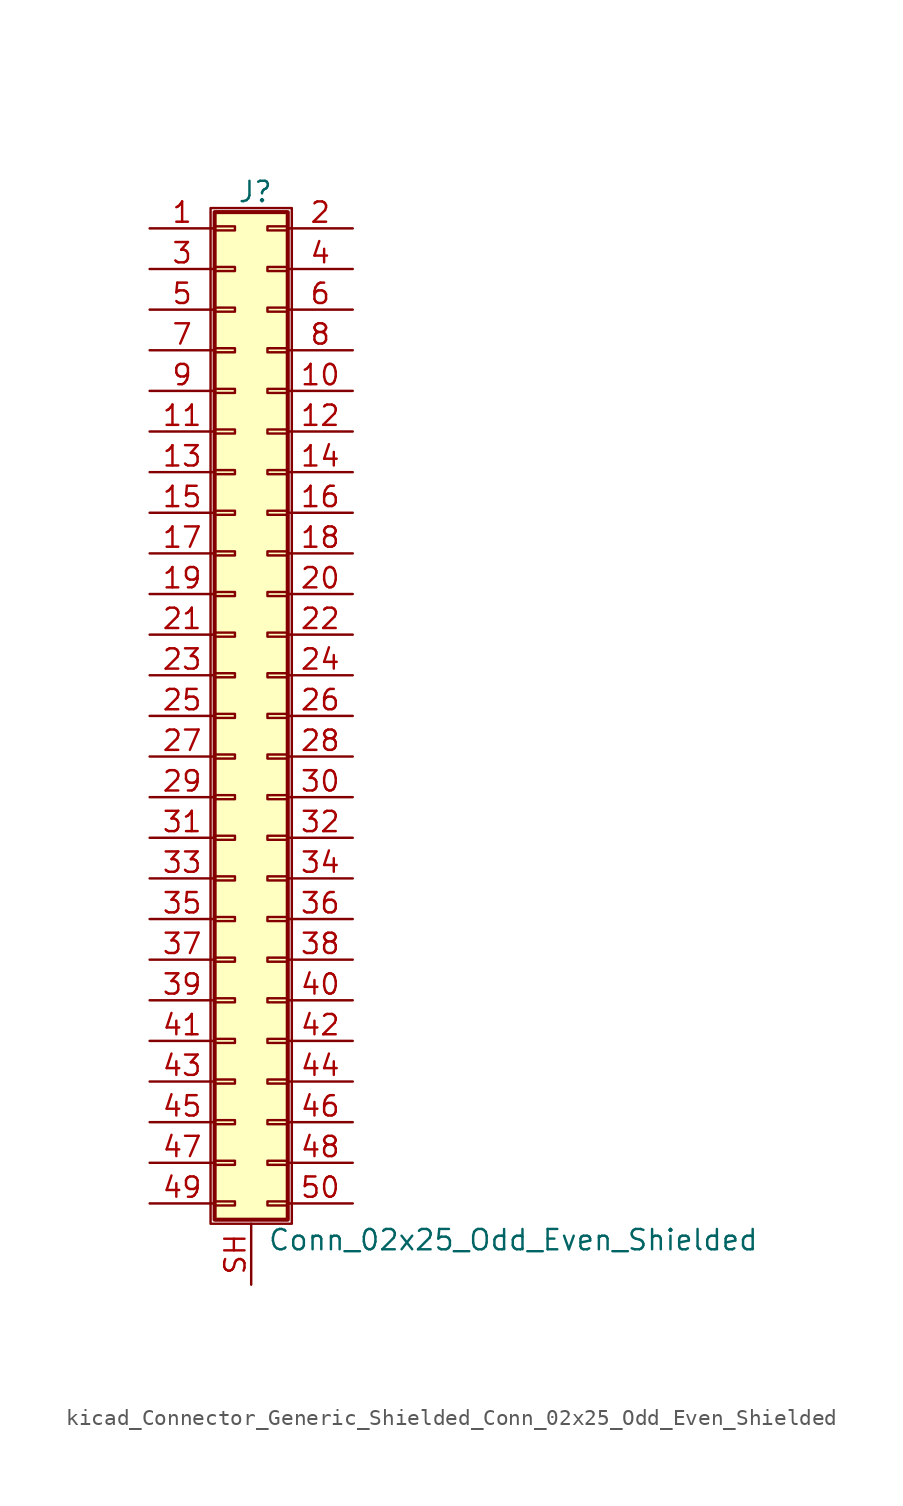
<source format=kicad_sym>
(kicad_symbol_lib
  (version 20220914)
  (generator kicad_symbol_editor)
  (symbol "kicad_Connector_Generic_Shielded_Conn_02x25_Odd_Even_Shielded"
    (pin_names
      (offset 1.016) hide)
    (property "Reference" "J"
      (at 1.524 32.766 0)
      (effects (font (size 1.27 1.27))))
    (property "Value" "Conn_02x25_Odd_Even_Shielded"
      (at 2.286 -32.766 0)
      (effects (font (size 1.27 1.27)) (justify left)))
    (symbol "kicad_Connector_Generic_Shielded_Conn_02x25_Odd_Even_Shielded_1_1"
      (rectangle (start -1.27 31.75) (end 3.81 -31.75) (stroke (width 0.152) (type default)) (fill (type none)))
      (rectangle (start -1.016 -30.353) (end 0.254 -30.607) (stroke (width 0.152) (type default)) (fill (type none)))
      (rectangle (start -1.016 -27.813) (end 0.254 -28.067) (stroke (width 0.152) (type default)) (fill (type none)))
      (rectangle (start -1.016 -25.273) (end 0.254 -25.527) (stroke (width 0.152) (type default)) (fill (type none)))
      (rectangle (start -1.016 -22.733) (end 0.254 -22.987) (stroke (width 0.152) (type default)) (fill (type none)))
      (rectangle (start -1.016 -20.193) (end 0.254 -20.447) (stroke (width 0.152) (type default)) (fill (type none)))
      (rectangle (start -1.016 -17.653) (end 0.254 -17.907) (stroke (width 0.152) (type default)) (fill (type none)))
      (rectangle (start -1.016 -15.113) (end 0.254 -15.367) (stroke (width 0.152) (type default)) (fill (type none)))
      (rectangle (start -1.016 -12.573) (end 0.254 -12.827) (stroke (width 0.152) (type default)) (fill (type none)))
      (rectangle (start -1.016 -10.033) (end 0.254 -10.287) (stroke (width 0.152) (type default)) (fill (type none)))
      (rectangle (start -1.016 -7.493) (end 0.254 -7.747) (stroke (width 0.152) (type default)) (fill (type none)))
      (rectangle (start -1.016 -4.953) (end 0.254 -5.207) (stroke (width 0.152) (type default)) (fill (type none)))
      (rectangle (start -1.016 -2.413) (end 0.254 -2.667) (stroke (width 0.152) (type default)) (fill (type none)))
      (rectangle (start -1.016 0.127) (end 0.254 -0.127) (stroke (width 0.152) (type default)) (fill (type none)))
      (rectangle (start -1.016 2.667) (end 0.254 2.413) (stroke (width 0.152) (type default)) (fill (type none)))
      (rectangle (start -1.016 5.207) (end 0.254 4.953) (stroke (width 0.152) (type default)) (fill (type none)))
      (rectangle (start -1.016 7.747) (end 0.254 7.493) (stroke (width 0.152) (type default)) (fill (type none)))
      (rectangle (start -1.016 10.287) (end 0.254 10.033) (stroke (width 0.152) (type default)) (fill (type none)))
      (rectangle (start -1.016 12.827) (end 0.254 12.573) (stroke (width 0.152) (type default)) (fill (type none)))
      (rectangle (start -1.016 15.367) (end 0.254 15.113) (stroke (width 0.152) (type default)) (fill (type none)))
      (rectangle (start -1.016 17.907) (end 0.254 17.653) (stroke (width 0.152) (type default)) (fill (type none)))
      (rectangle (start -1.016 20.447) (end 0.254 20.193) (stroke (width 0.152) (type default)) (fill (type none)))
      (rectangle (start -1.016 22.987) (end 0.254 22.733) (stroke (width 0.152) (type default)) (fill (type none)))
      (rectangle (start -1.016 25.527) (end 0.254 25.273) (stroke (width 0.152) (type default)) (fill (type none)))
      (rectangle (start -1.016 28.067) (end 0.254 27.813) (stroke (width 0.152) (type default)) (fill (type none)))
      (rectangle (start -1.016 30.607) (end 0.254 30.353) (stroke (width 0.152) (type default)) (fill (type none)))
      (rectangle (start -1.016 31.496) (end 3.556 -31.496) (stroke (width 0.254) (type default)) (fill (type background)))
      (rectangle (start 3.556 -30.353) (end 2.286 -30.607) (stroke (width 0.152) (type default)) (fill (type none)))
      (rectangle (start 3.556 -27.813) (end 2.286 -28.067) (stroke (width 0.152) (type default)) (fill (type none)))
      (rectangle (start 3.556 -25.273) (end 2.286 -25.527) (stroke (width 0.152) (type default)) (fill (type none)))
      (rectangle (start 3.556 -22.733) (end 2.286 -22.987) (stroke (width 0.152) (type default)) (fill (type none)))
      (rectangle (start 3.556 -20.193) (end 2.286 -20.447) (stroke (width 0.152) (type default)) (fill (type none)))
      (rectangle (start 3.556 -17.653) (end 2.286 -17.907) (stroke (width 0.152) (type default)) (fill (type none)))
      (rectangle (start 3.556 -15.113) (end 2.286 -15.367) (stroke (width 0.152) (type default)) (fill (type none)))
      (rectangle (start 3.556 -12.573) (end 2.286 -12.827) (stroke (width 0.152) (type default)) (fill (type none)))
      (rectangle (start 3.556 -10.033) (end 2.286 -10.287) (stroke (width 0.152) (type default)) (fill (type none)))
      (rectangle (start 3.556 -7.493) (end 2.286 -7.747) (stroke (width 0.152) (type default)) (fill (type none)))
      (rectangle (start 3.556 -4.953) (end 2.286 -5.207) (stroke (width 0.152) (type default)) (fill (type none)))
      (rectangle (start 3.556 -2.413) (end 2.286 -2.667) (stroke (width 0.152) (type default)) (fill (type none)))
      (rectangle (start 3.556 0.127) (end 2.286 -0.127) (stroke (width 0.152) (type default)) (fill (type none)))
      (rectangle (start 3.556 2.667) (end 2.286 2.413) (stroke (width 0.152) (type default)) (fill (type none)))
      (rectangle (start 3.556 5.207) (end 2.286 4.953) (stroke (width 0.152) (type default)) (fill (type none)))
      (rectangle (start 3.556 7.747) (end 2.286 7.493) (stroke (width 0.152) (type default)) (fill (type none)))
      (rectangle (start 3.556 10.287) (end 2.286 10.033) (stroke (width 0.152) (type default)) (fill (type none)))
      (rectangle (start 3.556 12.827) (end 2.286 12.573) (stroke (width 0.152) (type default)) (fill (type none)))
      (rectangle (start 3.556 15.367) (end 2.286 15.113) (stroke (width 0.152) (type default)) (fill (type none)))
      (rectangle (start 3.556 17.907) (end 2.286 17.653) (stroke (width 0.152) (type default)) (fill (type none)))
      (rectangle (start 3.556 20.447) (end 2.286 20.193) (stroke (width 0.152) (type default)) (fill (type none)))
      (rectangle (start 3.556 22.987) (end 2.286 22.733) (stroke (width 0.152) (type default)) (fill (type none)))
      (rectangle (start 3.556 25.527) (end 2.286 25.273) (stroke (width 0.152) (type default)) (fill (type none)))
      (rectangle (start 3.556 28.067) (end 2.286 27.813) (stroke (width 0.152) (type default)) (fill (type none)))
      (rectangle (start 3.556 30.607) (end 2.286 30.353) (stroke (width 0.152) (type default)) (fill (type none)))
      (pin passive line (at -5.08 30.48 0) (length 4.064) (name "Pin_1" (effects (font (size 1.27 1.27)))) (number "1" (effects (font (size 1.27 1.27)))))
      (pin passive line (at 7.62 20.32 180) (length 4.064) (name "Pin_10" (effects (font (size 1.27 1.27)))) (number "10" (effects (font (size 1.27 1.27)))))
      (pin passive line (at -5.08 17.78 0) (length 4.064) (name "Pin_11" (effects (font (size 1.27 1.27)))) (number "11" (effects (font (size 1.27 1.27)))))
      (pin passive line (at 7.62 17.78 180) (length 4.064) (name "Pin_12" (effects (font (size 1.27 1.27)))) (number "12" (effects (font (size 1.27 1.27)))))
      (pin passive line (at -5.08 15.24 0) (length 4.064) (name "Pin_13" (effects (font (size 1.27 1.27)))) (number "13" (effects (font (size 1.27 1.27)))))
      (pin passive line (at 7.62 15.24 180) (length 4.064) (name "Pin_14" (effects (font (size 1.27 1.27)))) (number "14" (effects (font (size 1.27 1.27)))))
      (pin passive line (at -5.08 12.7 0) (length 4.064) (name "Pin_15" (effects (font (size 1.27 1.27)))) (number "15" (effects (font (size 1.27 1.27)))))
      (pin passive line (at 7.62 12.7 180) (length 4.064) (name "Pin_16" (effects (font (size 1.27 1.27)))) (number "16" (effects (font (size 1.27 1.27)))))
      (pin passive line (at -5.08 10.16 0) (length 4.064) (name "Pin_17" (effects (font (size 1.27 1.27)))) (number "17" (effects (font (size 1.27 1.27)))))
      (pin passive line (at 7.62 10.16 180) (length 4.064) (name "Pin_18" (effects (font (size 1.27 1.27)))) (number "18" (effects (font (size 1.27 1.27)))))
      (pin passive line (at -5.08 7.62 0) (length 4.064) (name "Pin_19" (effects (font (size 1.27 1.27)))) (number "19" (effects (font (size 1.27 1.27)))))
      (pin passive line (at 7.62 30.48 180) (length 4.064) (name "Pin_2" (effects (font (size 1.27 1.27)))) (number "2" (effects (font (size 1.27 1.27)))))
      (pin passive line (at 7.62 7.62 180) (length 4.064) (name "Pin_20" (effects (font (size 1.27 1.27)))) (number "20" (effects (font (size 1.27 1.27)))))
      (pin passive line (at -5.08 5.08 0) (length 4.064) (name "Pin_21" (effects (font (size 1.27 1.27)))) (number "21" (effects (font (size 1.27 1.27)))))
      (pin passive line (at 7.62 5.08 180) (length 4.064) (name "Pin_22" (effects (font (size 1.27 1.27)))) (number "22" (effects (font (size 1.27 1.27)))))
      (pin passive line (at -5.08 2.54 0) (length 4.064) (name "Pin_23" (effects (font (size 1.27 1.27)))) (number "23" (effects (font (size 1.27 1.27)))))
      (pin passive line (at 7.62 2.54 180) (length 4.064) (name "Pin_24" (effects (font (size 1.27 1.27)))) (number "24" (effects (font (size 1.27 1.27)))))
      (pin passive line (at -5.08 0 0) (length 4.064) (name "Pin_25" (effects (font (size 1.27 1.27)))) (number "25" (effects (font (size 1.27 1.27)))))
      (pin passive line (at 7.62 0 180) (length 4.064) (name "Pin_26" (effects (font (size 1.27 1.27)))) (number "26" (effects (font (size 1.27 1.27)))))
      (pin passive line (at -5.08 -2.54 0) (length 4.064) (name "Pin_27" (effects (font (size 1.27 1.27)))) (number "27" (effects (font (size 1.27 1.27)))))
      (pin passive line (at 7.62 -2.54 180) (length 4.064) (name "Pin_28" (effects (font (size 1.27 1.27)))) (number "28" (effects (font (size 1.27 1.27)))))
      (pin passive line (at -5.08 -5.08 0) (length 4.064) (name "Pin_29" (effects (font (size 1.27 1.27)))) (number "29" (effects (font (size 1.27 1.27)))))
      (pin passive line (at -5.08 27.94 0) (length 4.064) (name "Pin_3" (effects (font (size 1.27 1.27)))) (number "3" (effects (font (size 1.27 1.27)))))
      (pin passive line (at 7.62 -5.08 180) (length 4.064) (name "Pin_30" (effects (font (size 1.27 1.27)))) (number "30" (effects (font (size 1.27 1.27)))))
      (pin passive line (at -5.08 -7.62 0) (length 4.064) (name "Pin_31" (effects (font (size 1.27 1.27)))) (number "31" (effects (font (size 1.27 1.27)))))
      (pin passive line (at 7.62 -7.62 180) (length 4.064) (name "Pin_32" (effects (font (size 1.27 1.27)))) (number "32" (effects (font (size 1.27 1.27)))))
      (pin passive line (at -5.08 -10.16 0) (length 4.064) (name "Pin_33" (effects (font (size 1.27 1.27)))) (number "33" (effects (font (size 1.27 1.27)))))
      (pin passive line (at 7.62 -10.16 180) (length 4.064) (name "Pin_34" (effects (font (size 1.27 1.27)))) (number "34" (effects (font (size 1.27 1.27)))))
      (pin passive line (at -5.08 -12.7 0) (length 4.064) (name "Pin_35" (effects (font (size 1.27 1.27)))) (number "35" (effects (font (size 1.27 1.27)))))
      (pin passive line (at 7.62 -12.7 180) (length 4.064) (name "Pin_36" (effects (font (size 1.27 1.27)))) (number "36" (effects (font (size 1.27 1.27)))))
      (pin passive line (at -5.08 -15.24 0) (length 4.064) (name "Pin_37" (effects (font (size 1.27 1.27)))) (number "37" (effects (font (size 1.27 1.27)))))
      (pin passive line (at 7.62 -15.24 180) (length 4.064) (name "Pin_38" (effects (font (size 1.27 1.27)))) (number "38" (effects (font (size 1.27 1.27)))))
      (pin passive line (at -5.08 -17.78 0) (length 4.064) (name "Pin_39" (effects (font (size 1.27 1.27)))) (number "39" (effects (font (size 1.27 1.27)))))
      (pin passive line (at 7.62 27.94 180) (length 4.064) (name "Pin_4" (effects (font (size 1.27 1.27)))) (number "4" (effects (font (size 1.27 1.27)))))
      (pin passive line (at 7.62 -17.78 180) (length 4.064) (name "Pin_40" (effects (font (size 1.27 1.27)))) (number "40" (effects (font (size 1.27 1.27)))))
      (pin passive line (at -5.08 -20.32 0) (length 4.064) (name "Pin_41" (effects (font (size 1.27 1.27)))) (number "41" (effects (font (size 1.27 1.27)))))
      (pin passive line (at 7.62 -20.32 180) (length 4.064) (name "Pin_42" (effects (font (size 1.27 1.27)))) (number "42" (effects (font (size 1.27 1.27)))))
      (pin passive line (at -5.08 -22.86 0) (length 4.064) (name "Pin_43" (effects (font (size 1.27 1.27)))) (number "43" (effects (font (size 1.27 1.27)))))
      (pin passive line (at 7.62 -22.86 180) (length 4.064) (name "Pin_44" (effects (font (size 1.27 1.27)))) (number "44" (effects (font (size 1.27 1.27)))))
      (pin passive line (at -5.08 -25.4 0) (length 4.064) (name "Pin_45" (effects (font (size 1.27 1.27)))) (number "45" (effects (font (size 1.27 1.27)))))
      (pin passive line (at 7.62 -25.4 180) (length 4.064) (name "Pin_46" (effects (font (size 1.27 1.27)))) (number "46" (effects (font (size 1.27 1.27)))))
      (pin passive line (at -5.08 -27.94 0) (length 4.064) (name "Pin_47" (effects (font (size 1.27 1.27)))) (number "47" (effects (font (size 1.27 1.27)))))
      (pin passive line (at 7.62 -27.94 180) (length 4.064) (name "Pin_48" (effects (font (size 1.27 1.27)))) (number "48" (effects (font (size 1.27 1.27)))))
      (pin passive line (at -5.08 -30.48 0) (length 4.064) (name "Pin_49" (effects (font (size 1.27 1.27)))) (number "49" (effects (font (size 1.27 1.27)))))
      (pin passive line (at -5.08 25.4 0) (length 4.064) (name "Pin_5" (effects (font (size 1.27 1.27)))) (number "5" (effects (font (size 1.27 1.27)))))
      (pin passive line (at 7.62 -30.48 180) (length 4.064) (name "Pin_50" (effects (font (size 1.27 1.27)))) (number "50" (effects (font (size 1.27 1.27)))))
      (pin passive line (at 7.62 25.4 180) (length 4.064) (name "Pin_6" (effects (font (size 1.27 1.27)))) (number "6" (effects (font (size 1.27 1.27)))))
      (pin passive line (at -5.08 22.86 0) (length 4.064) (name "Pin_7" (effects (font (size 1.27 1.27)))) (number "7" (effects (font (size 1.27 1.27)))))
      (pin passive line (at 7.62 22.86 180) (length 4.064) (name "Pin_8" (effects (font (size 1.27 1.27)))) (number "8" (effects (font (size 1.27 1.27)))))
      (pin passive line (at -5.08 20.32 0) (length 4.064) (name "Pin_9" (effects (font (size 1.27 1.27)))) (number "9" (effects (font (size 1.27 1.27)))))
      (pin passive line (at 1.27 -35.56 90) (length 3.81) (name "Shield" (effects (font (size 1.27 1.27)))) (number "SH" (effects (font (size 1.27 1.27))))))))
</source>
